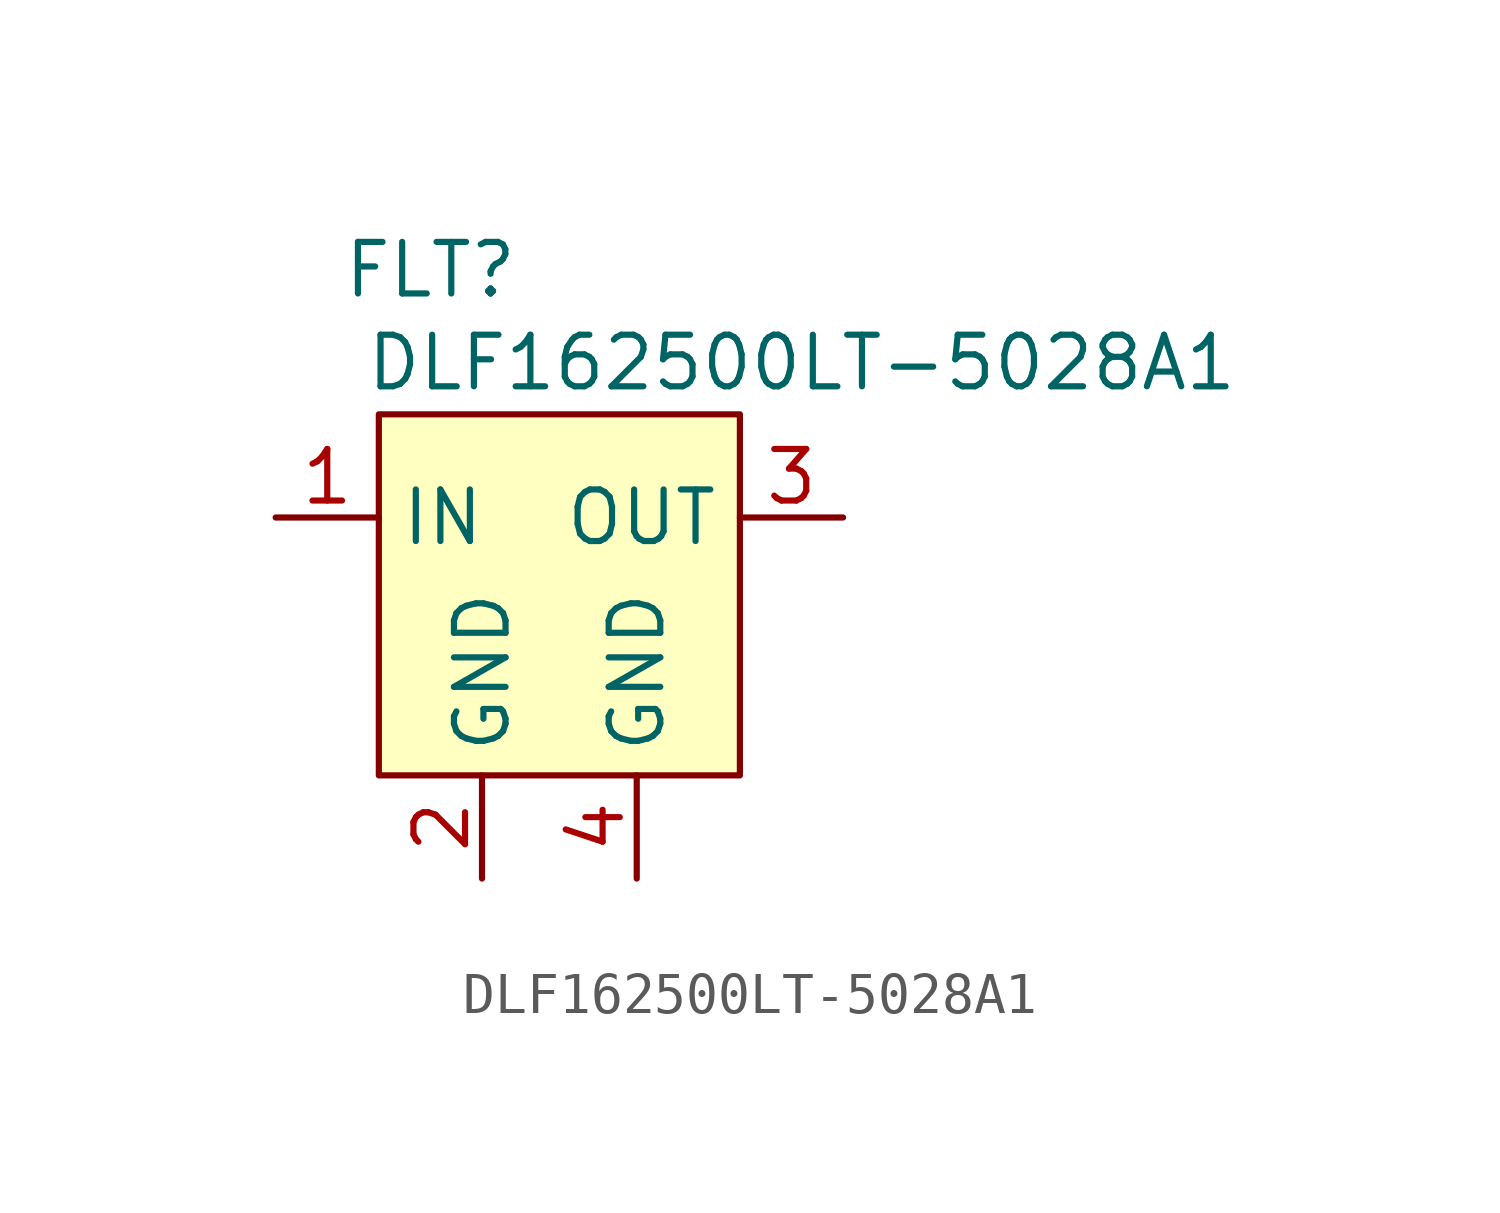
<source format=kicad_sym>
(kicad_symbol_lib
  (version 20231120)
  (generator "kicad_symbol_editor")
  (generator_version "8.0")
  (symbol "DLF162500LT-5028A1"
    (property "Reference" "FLT"
      (at 1.27 12.446 0)
      (effects (font (size 1.27 1.27))))
    (property "Value" "DLF162500LT-5028A1"
      (at 10.414 10.16 0)
      (effects (font (size 1.27 1.27))))
    (symbol "DLF162500LT-5028A1_0_0"
      (pin input line (at -2.54 6.35 0) (length 2.54) (name "IN" (effects (font (size 1.27 1.27)))) (number "1" (effects (font (size 1.27 1.27)))))
      (pin power_in line (at 2.54 -2.54 90) (length 2.54) (name "GND" (effects (font (size 1.27 1.27)))) (number "2" (effects (font (size 1.27 1.27)))))
      (pin output line (at 11.43 6.35 180) (length 2.54) (name "OUT" (effects (font (size 1.27 1.27)))) (number "3" (effects (font (size 1.27 1.27)))))
      (pin power_in line (at 6.35 -2.54 90) (length 2.54) (name "GND" (effects (font (size 1.27 1.27)))) (number "4" (effects (font (size 1.27 1.27))))))
    (symbol "DLF162500LT-5028A1_1_1"
      (rectangle (start 0 8.89) (end 8.89 0) (stroke (width 0) (type default)) (fill (type background))))))
</source>
